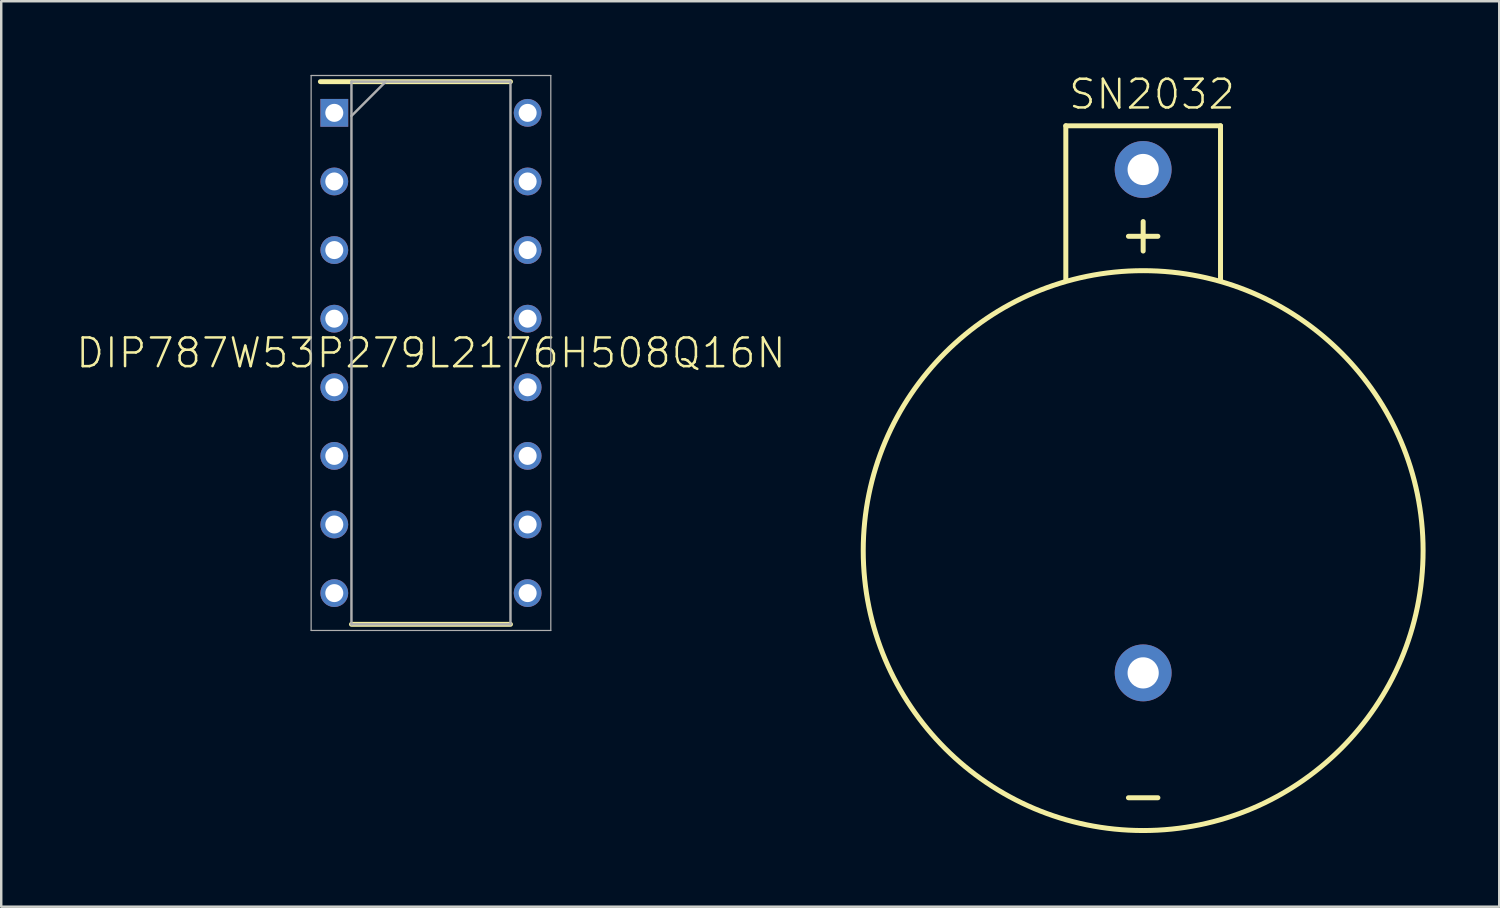
<source format=kicad_pcb>
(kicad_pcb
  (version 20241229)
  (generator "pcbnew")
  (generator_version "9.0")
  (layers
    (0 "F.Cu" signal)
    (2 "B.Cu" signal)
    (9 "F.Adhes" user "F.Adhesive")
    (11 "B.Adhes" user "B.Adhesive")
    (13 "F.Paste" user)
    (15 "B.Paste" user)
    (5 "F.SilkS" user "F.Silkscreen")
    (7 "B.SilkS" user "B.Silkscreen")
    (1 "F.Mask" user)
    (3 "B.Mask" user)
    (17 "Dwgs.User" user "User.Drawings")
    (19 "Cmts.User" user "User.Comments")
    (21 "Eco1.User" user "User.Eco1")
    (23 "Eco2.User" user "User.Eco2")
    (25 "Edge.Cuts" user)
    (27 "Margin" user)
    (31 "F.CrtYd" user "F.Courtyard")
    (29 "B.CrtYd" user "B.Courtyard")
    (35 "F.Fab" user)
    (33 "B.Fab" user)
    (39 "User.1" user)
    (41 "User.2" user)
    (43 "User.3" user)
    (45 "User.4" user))
  (footprint "SN2032"
    (layer "F.Cu")
    (at 43.505 19.373)
    (property "Reference" "SN2032" (at -3.1 -17.9 0) (layer "F.SilkS") (effects (font (size 1.168 1.168) (thickness 0.102)) (justify left bottom)))
    (fp_line (start -3.15 -17.3) (end -3.15 -11) (stroke (width 0.203) (type solid)) (layer "F.SilkS"))
    (fp_line (start -3.15 -17.3) (end 3.15 -17.3) (stroke (width 0.203) (type solid)) (layer "F.SilkS"))
    (fp_line (start -0.6 -12.8) (end 0.6 -12.8) (stroke (width 0.203) (type solid)) (layer "F.SilkS"))
    (fp_line (start -0.6 10.065) (end 0.6 10.065) (stroke (width 0.203) (type solid)) (layer "F.SilkS"))
    (fp_line (start 0 -13.4) (end 0 -12.2) (stroke (width 0.203) (type solid)) (layer "F.SilkS"))
    (fp_line (start 3.15 -17.3) (end 3.15 -11) (stroke (width 0.203) (type solid)) (layer "F.SilkS"))
    (fp_circle (center 0 0) (end 11.4 0) (stroke (width 0.203) (type solid)) (fill no) (layer "F.SilkS"))
    (pad "+" thru_hole oval (at 0 -15.52 90) (size 2.316 2.316) (drill 1.27) (layers "*.Cu" "*.Mask"))
    (pad "-" thru_hole circle (at 0 4.98 90) (size 2.316 2.316) (drill 1.27) (layers "*.Cu" "*.Mask")))
  (footprint "DIP787W53P279L2176H508Q16N"
    (layer "F.Cu")
    (at 14.501 11.325)
    (property "Reference" "DIP787W53P279L2176H508Q16N" (at 0 0 0) (layer "F.SilkS") (effects (font (size 1.168 1.168) (thickness 0.102))))
    (fp_line (start -4.504 -11.05) (end 3.238 -11.05) (stroke (width 0.2) (type solid)) (layer "F.SilkS"))
    (fp_line (start -3.238 11.05) (end 3.238 11.05) (stroke (width 0.2) (type solid)) (layer "F.SilkS"))
    (fp_line (start -4.88 -11.3) (end 4.88 -11.3) (stroke (width 0.05) (type solid)) (layer "F.Fab"))
    (fp_line (start -4.88 11.3) (end -4.88 -11.3) (stroke (width 0.05) (type solid)) (layer "F.Fab"))
    (fp_line (start -3.238 -11.05) (end 3.238 -11.05) (stroke (width 0.1) (type solid)) (layer "F.Fab"))
    (fp_line (start -3.238 -9.653) (end -1.842 -11.05) (stroke (width 0.1) (type solid)) (layer "F.Fab"))
    (fp_line (start -3.238 11.05) (end -3.238 -11.05) (stroke (width 0.1) (type solid)) (layer "F.Fab"))
    (fp_line (start 3.238 -11.05) (end 3.238 11.05) (stroke (width 0.1) (type solid)) (layer "F.Fab"))
    (fp_line (start 3.238 11.05) (end -3.238 11.05) (stroke (width 0.1) (type solid)) (layer "F.Fab"))
    (fp_line (start 4.88 -11.3) (end 4.88 11.3) (stroke (width 0.05) (type solid)) (layer "F.Fab"))
    (fp_line (start 4.88 11.3) (end -4.88 11.3) (stroke (width 0.05) (type solid)) (layer "F.Fab"))
    (pad "1" thru_hole rect (at -3.937 -9.779) (size 1.133 1.133) (drill 0.733) (layers "*.Cu" "*.Mask"))
    (pad "2" thru_hole circle (at -3.937 -6.985) (size 1.133 1.133) (drill 0.733) (layers "*.Cu" "*.Mask"))
    (pad "3" thru_hole circle (at -3.937 -4.191) (size 1.133 1.133) (drill 0.733) (layers "*.Cu" "*.Mask"))
    (pad "4" thru_hole circle (at -3.937 -1.397) (size 1.133 1.133) (drill 0.733) (layers "*.Cu" "*.Mask"))
    (pad "5" thru_hole circle (at -3.937 1.397) (size 1.133 1.133) (drill 0.733) (layers "*.Cu" "*.Mask"))
    (pad "6" thru_hole circle (at -3.937 4.191) (size 1.133 1.133) (drill 0.733) (layers "*.Cu" "*.Mask"))
    (pad "7" thru_hole circle (at -3.937 6.985) (size 1.133 1.133) (drill 0.733) (layers "*.Cu" "*.Mask"))
    (pad "8" thru_hole circle (at -3.937 9.779) (size 1.133 1.133) (drill 0.733) (layers "*.Cu" "*.Mask"))
    (pad "9" thru_hole circle (at 3.937 9.779) (size 1.133 1.133) (drill 0.733) (layers "*.Cu" "*.Mask"))
    (pad "10" thru_hole circle (at 3.937 6.985) (size 1.133 1.133) (drill 0.733) (layers "*.Cu" "*.Mask"))
    (pad "11" thru_hole circle (at 3.937 4.191) (size 1.133 1.133) (drill 0.733) (layers "*.Cu" "*.Mask"))
    (pad "12" thru_hole circle (at 3.937 1.397) (size 1.133 1.133) (drill 0.733) (layers "*.Cu" "*.Mask"))
    (pad "13" thru_hole circle (at 3.937 -1.397) (size 1.133 1.133) (drill 0.733) (layers "*.Cu" "*.Mask"))
    (pad "14" thru_hole circle (at 3.937 -4.191) (size 1.133 1.133) (drill 0.733) (layers "*.Cu" "*.Mask"))
    (pad "15" thru_hole circle (at 3.937 -6.985) (size 1.133 1.133) (drill 0.733) (layers "*.Cu" "*.Mask"))
    (pad "16" thru_hole circle (at 3.937 -9.779) (size 1.133 1.133) (drill 0.733) (layers "*.Cu" "*.Mask")))
  (gr_rect
    (start -3 -3)
    (end 58.006 33.875)
    (stroke (width 0.1) (type default))
    (fill no)
    (layer "Edge.Cuts")))
</source>
